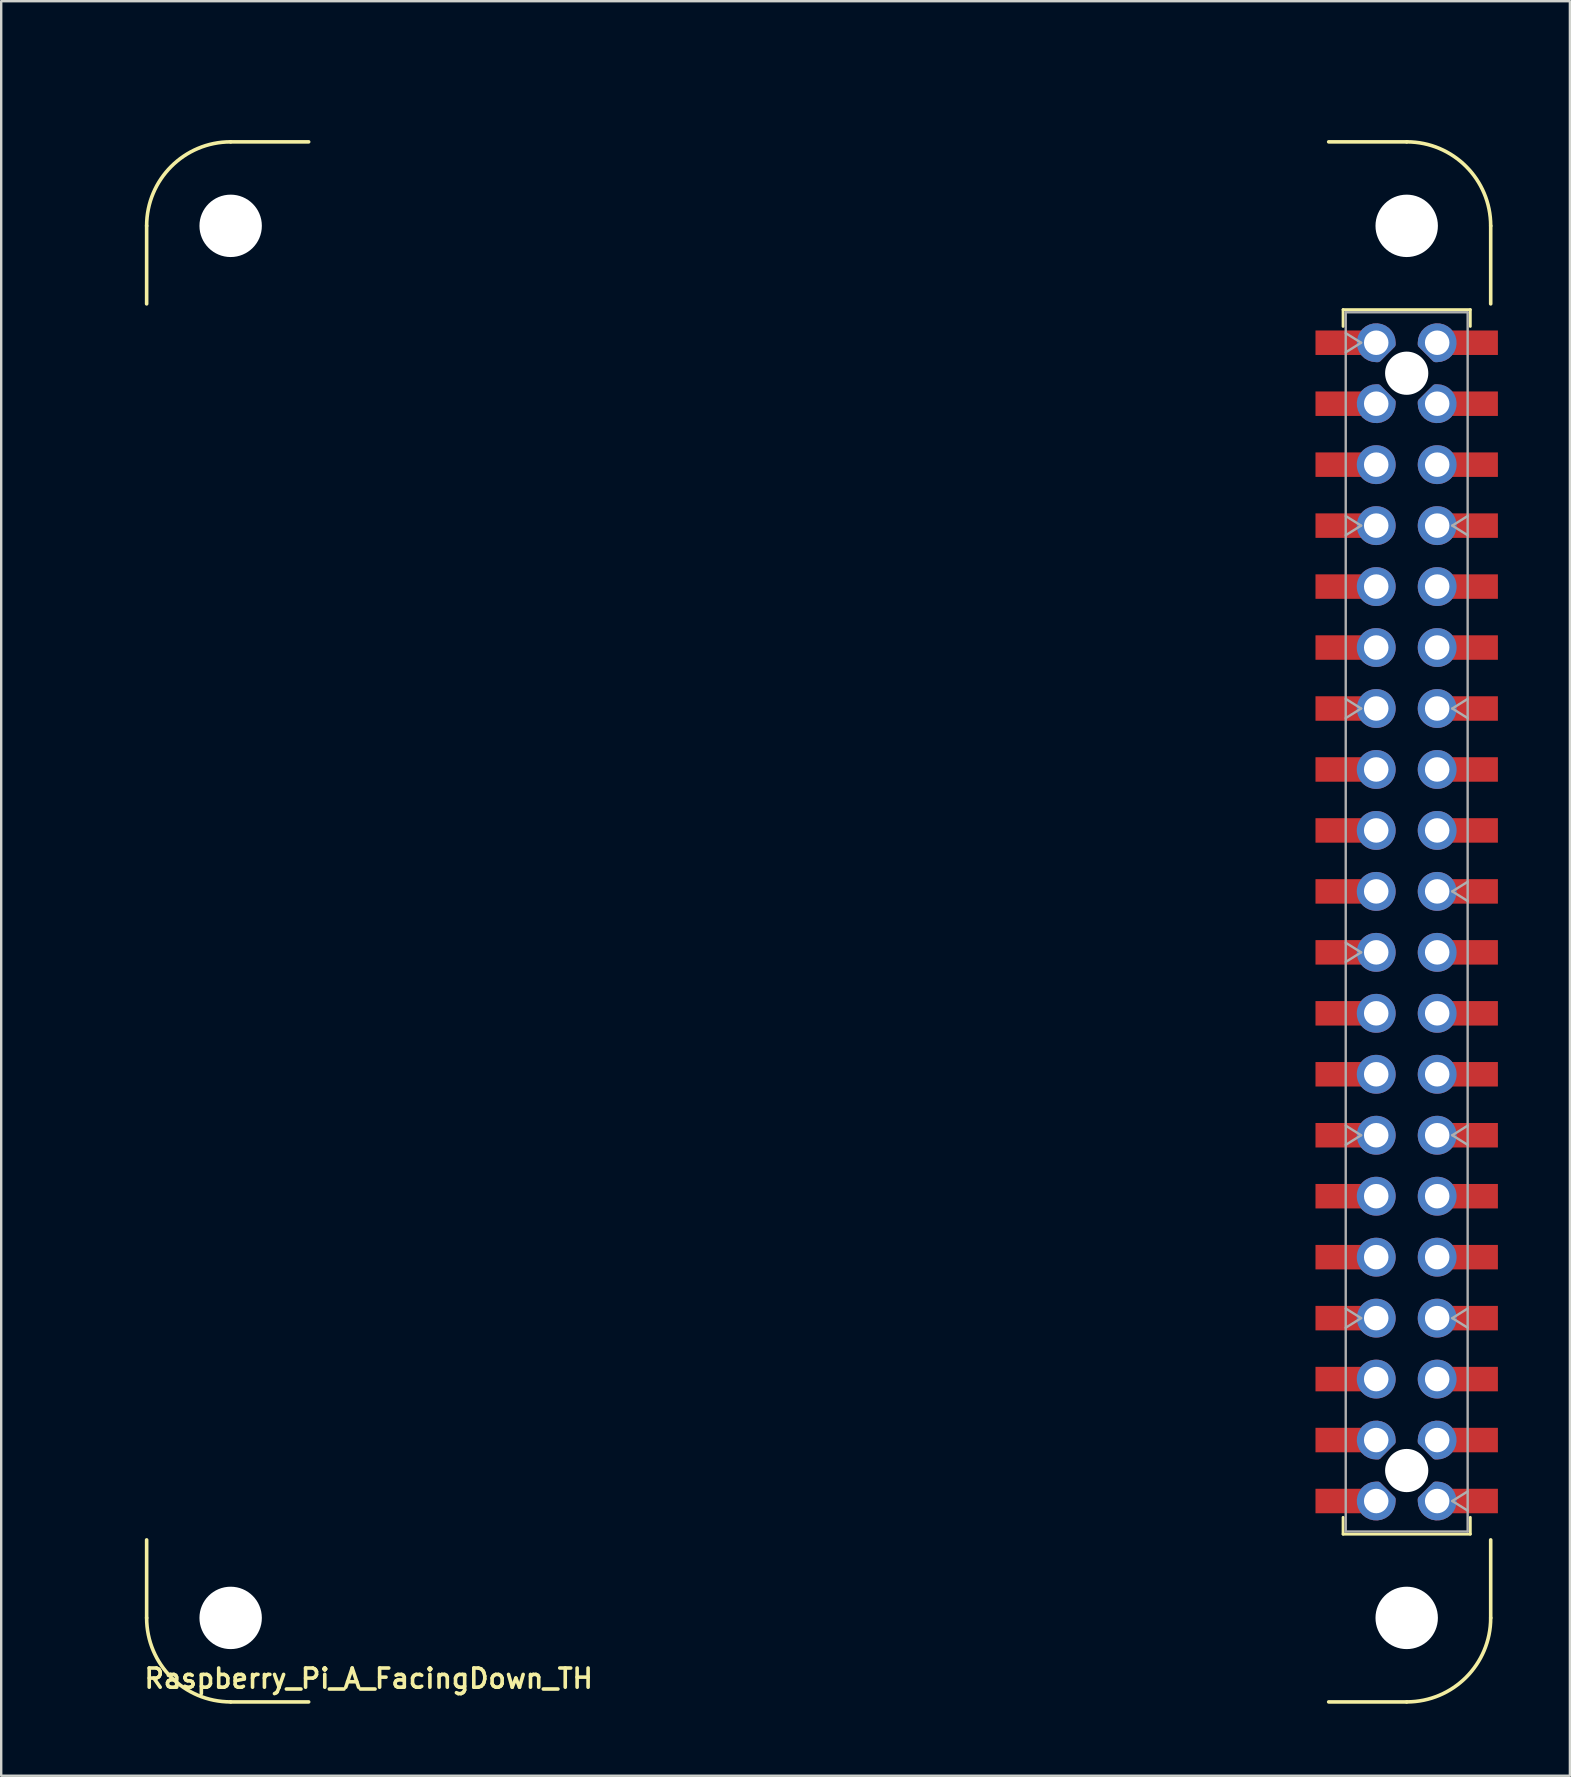
<source format=kicad_pcb>
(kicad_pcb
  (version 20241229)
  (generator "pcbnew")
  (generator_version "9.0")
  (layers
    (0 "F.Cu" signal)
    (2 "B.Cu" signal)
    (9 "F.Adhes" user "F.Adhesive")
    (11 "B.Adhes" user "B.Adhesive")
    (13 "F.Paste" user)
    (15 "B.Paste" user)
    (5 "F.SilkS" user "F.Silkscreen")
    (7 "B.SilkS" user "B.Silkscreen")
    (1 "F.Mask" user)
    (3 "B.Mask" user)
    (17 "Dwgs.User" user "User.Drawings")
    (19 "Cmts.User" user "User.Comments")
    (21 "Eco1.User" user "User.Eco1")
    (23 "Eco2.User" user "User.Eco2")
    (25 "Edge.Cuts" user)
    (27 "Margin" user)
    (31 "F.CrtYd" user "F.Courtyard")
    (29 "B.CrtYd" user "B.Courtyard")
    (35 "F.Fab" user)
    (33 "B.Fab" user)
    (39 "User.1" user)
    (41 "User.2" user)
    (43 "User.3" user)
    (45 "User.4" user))
  (footprint "Raspberry_Pi_A_FacingDown_TH"
    (layer "F.Cu")
    (at 55.56 35.36)
    (property "Reference" "Raspberry_Pi_A_FacingDown_TH" (at -43.25 31.525 0) (layer "F.SilkS") (effects (font (size 0.8 0.8) (thickness 0.15))))
    (attr through_hole)
    (fp_line (start -52.5 -25.75) (end -52.5 -29) (stroke (width 0.15) (type solid)) (layer "F.SilkS"))
    (fp_line (start -52.5 29) (end -52.5 25.75) (stroke (width 0.15) (type solid)) (layer "F.SilkS"))
    (fp_line (start -45.75 -32.5) (end -49 -32.5) (stroke (width 0.15) (type solid)) (layer "F.SilkS"))
    (fp_line (start -45.75 32.5) (end -49 32.5) (stroke (width 0.15) (type solid)) (layer "F.SilkS"))
    (fp_line (start -2.65 -25.51) (end 2.65 -25.51) (stroke (width 0.12) (type solid)) (layer "F.SilkS"))
    (fp_line (start -2.65 -24.81) (end -2.65 -25.51) (stroke (width 0.12) (type solid)) (layer "F.SilkS"))
    (fp_line (start -2.65 24.81) (end -2.65 25.51) (stroke (width 0.12) (type solid)) (layer "F.SilkS"))
    (fp_line (start -2.65 25.51) (end 2.65 25.51) (stroke (width 0.12) (type solid)) (layer "F.SilkS"))
    (fp_line (start 0 -32.5) (end -3.25 -32.5) (stroke (width 0.15) (type solid)) (layer "F.SilkS"))
    (fp_line (start 0 32.5) (end -3.25 32.5) (stroke (width 0.15) (type solid)) (layer "F.SilkS"))
    (fp_line (start 2.65 -25.51) (end 2.65 -24.81) (stroke (width 0.12) (type solid)) (layer "F.SilkS"))
    (fp_line (start 2.65 25.51) (end 2.65 24.81) (stroke (width 0.12) (type solid)) (layer "F.SilkS"))
    (fp_line (start 3.5 -25.75) (end 3.5 -29) (stroke (width 0.15) (type solid)) (layer "F.SilkS"))
    (fp_line (start 3.5 29) (end 3.5 25.75) (stroke (width 0.15) (type solid)) (layer "F.SilkS"))
    (fp_arc (start -52.5 -29) (mid -51.474874 -31.474874) (end -49 -32.5) (stroke (width 0.15) (type solid)) (layer "F.SilkS"))
    (fp_arc (start -49 32.5) (mid -51.474874 31.474874) (end -52.5 29) (stroke (width 0.15) (type solid)) (layer "F.SilkS"))
    (fp_arc (start 0 -32.5) (mid 2.474874 -31.474874) (end 3.5 -29) (stroke (width 0.15) (type solid)) (layer "F.SilkS"))
    (fp_arc (start 3.5 29) (mid 2.474874 31.474874) (end 0 32.5) (stroke (width 0.15) (type solid)) (layer "F.SilkS"))
    (fp_line (start -55.5 -25) (end -55.5 -17) (stroke (width 0.12) (type solid)) (layer "Eco2.User"))
    (fp_line (start -55.5 -17) (end -39.5 -17) (stroke (width 0.12) (type solid)) (layer "Eco2.User"))
    (fp_line (start -54 -7.5) (end -54 8.5) (stroke (width 0.12) (type solid)) (layer "Eco2.User"))
    (fp_line (start -54 8.5) (end -40.5 8.5) (stroke (width 0.12) (type solid)) (layer "Eco2.User"))
    (fp_line (start -54 17.4) (end -54 26.4) (stroke (width 0.12) (type solid)) (layer "Eco2.User"))
    (fp_line (start -54 26.4) (end -47 26.4) (stroke (width 0.12) (type solid)) (layer "Eco2.User"))
    (fp_line (start -52.5 -14.25) (end -52.5 -10.75) (stroke (width 0.12) (type solid)) (layer "Eco2.User"))
    (fp_line (start -52.5 -10.75) (end -29.5 -10.75) (stroke (width 0.12) (type solid)) (layer "Eco2.User"))
    (fp_line (start -47 17.4) (end -54 17.4) (stroke (width 0.12) (type solid)) (layer "Eco2.User"))
    (fp_line (start -47 26.4) (end -47 17.4) (stroke (width 0.12) (type solid)) (layer "Eco2.User"))
    (fp_line (start -40.5 -7.5) (end -54 -7.5) (stroke (width 0.12) (type solid)) (layer "Eco2.User"))
    (fp_line (start -40.5 8.5) (end -40.5 -7.5) (stroke (width 0.12) (type solid)) (layer "Eco2.User"))
    (fp_line (start -39.5 -25) (end -55.5 -25) (stroke (width 0.12) (type solid)) (layer "Eco2.User"))
    (fp_line (start -39.5 -17) (end -39.5 -25) (stroke (width 0.12) (type solid)) (layer "Eco2.User"))
    (fp_line (start -36 26.5) (end -36 30) (stroke (width 0.12) (type solid)) (layer "Eco2.User"))
    (fp_line (start -36 30) (end -13 30) (stroke (width 0.12) (type solid)) (layer "Eco2.User"))
    (fp_line (start -29.5 -14.25) (end -52.5 -14.25) (stroke (width 0.12) (type solid)) (layer "Eco2.User"))
    (fp_line (start -29.5 -10.75) (end -29.5 -14.25) (stroke (width 0.12) (type solid)) (layer "Eco2.User"))
    (fp_line (start -28.8 -35.3) (end -28.8 -20.3) (stroke (width 0.12) (type solid)) (layer "Eco2.User"))
    (fp_line (start -28.8 -20.3) (end -13.3 -20.3) (stroke (width 0.12) (type solid)) (layer "Eco2.User"))
    (fp_line (start -13.3 -35.3) (end -28.8 -35.3) (stroke (width 0.12) (type solid)) (layer "Eco2.User"))
    (fp_line (start -13.3 -20.3) (end -13.3 -35.3) (stroke (width 0.12) (type solid)) (layer "Eco2.User"))
    (fp_line (start -13 26.5) (end -36 26.5) (stroke (width 0.12) (type solid)) (layer "Eco2.User"))
    (fp_line (start -13 30) (end -13 26.5) (stroke (width 0.12) (type solid)) (layer "Eco2.User"))
    (fp_line (start -2.54 -25.4) (end 2.54 -25.4) (stroke (width 0.1) (type solid)) (layer "F.Fab"))
    (fp_line (start -2.54 -24.53) (end -1.9 -24.13) (stroke (width 0.1) (type solid)) (layer "F.Fab"))
    (fp_line (start -2.54 -16.91) (end -1.9 -16.51) (stroke (width 0.1) (type solid)) (layer "F.Fab"))
    (fp_line (start -2.54 -9.29) (end -1.9 -8.89) (stroke (width 0.1) (type solid)) (layer "F.Fab"))
    (fp_line (start -2.54 0.87) (end -1.9 1.27) (stroke (width 0.1) (type solid)) (layer "F.Fab"))
    (fp_line (start -2.54 8.49) (end -1.9 8.89) (stroke (width 0.1) (type solid)) (layer "F.Fab"))
    (fp_line (start -2.54 16.11) (end -1.9 16.51) (stroke (width 0.1) (type solid)) (layer "F.Fab"))
    (fp_line (start -2.54 25.4) (end -2.54 -25.4) (stroke (width 0.1) (type solid)) (layer "F.Fab"))
    (fp_line (start -1.9 -24.13) (end -2.54 -23.73) (stroke (width 0.1) (type solid)) (layer "F.Fab"))
    (fp_line (start -1.9 -16.51) (end -2.54 -16.11) (stroke (width 0.1) (type solid)) (layer "F.Fab"))
    (fp_line (start -1.9 -8.89) (end -2.54 -8.49) (stroke (width 0.1) (type solid)) (layer "F.Fab"))
    (fp_line (start -1.9 1.27) (end -2.54 1.67) (stroke (width 0.1) (type solid)) (layer "F.Fab"))
    (fp_line (start -1.9 8.89) (end -2.54 9.29) (stroke (width 0.1) (type solid)) (layer "F.Fab"))
    (fp_line (start -1.9 16.51) (end -2.54 16.91) (stroke (width 0.1) (type solid)) (layer "F.Fab"))
    (fp_line (start 1.9 -16.51) (end 2.54 -16.91) (stroke (width 0.1) (type solid)) (layer "F.Fab"))
    (fp_line (start 1.9 -8.89) (end 2.54 -9.29) (stroke (width 0.1) (type solid)) (layer "F.Fab"))
    (fp_line (start 1.9 -1.27) (end 2.54 -1.67) (stroke (width 0.1) (type solid)) (layer "F.Fab"))
    (fp_line (start 1.9 8.89) (end 2.54 8.49) (stroke (width 0.1) (type solid)) (layer "F.Fab"))
    (fp_line (start 1.9 16.51) (end 2.54 16.11) (stroke (width 0.1) (type solid)) (layer "F.Fab"))
    (fp_line (start 1.9 24.13) (end 2.54 23.73) (stroke (width 0.1) (type solid)) (layer "F.Fab"))
    (fp_line (start 2.54 -25.4) (end 2.54 25.4) (stroke (width 0.1) (type solid)) (layer "F.Fab"))
    (fp_line (start 2.54 -16.11) (end 1.9 -16.51) (stroke (width 0.1) (type solid)) (layer "F.Fab"))
    (fp_line (start 2.54 -8.49) (end 1.9 -8.89) (stroke (width 0.1) (type solid)) (layer "F.Fab"))
    (fp_line (start 2.54 -0.87) (end 1.9 -1.27) (stroke (width 0.1) (type solid)) (layer "F.Fab"))
    (fp_line (start 2.54 9.29) (end 1.9 8.89) (stroke (width 0.1) (type solid)) (layer "F.Fab"))
    (fp_line (start 2.54 16.91) (end 1.9 16.51) (stroke (width 0.1) (type solid)) (layer "F.Fab"))
    (fp_line (start 2.54 24.53) (end 1.9 24.13) (stroke (width 0.1) (type solid)) (layer "F.Fab"))
    (fp_line (start 2.54 25.4) (end -2.54 25.4) (stroke (width 0.1) (type solid)) (layer "F.Fab"))
    (pad "" np_thru_hole circle (at -49 -29) (size 2.6 2.6) (drill 2.6) (layers "*.Cu" "*.Mask"))
    (pad "" np_thru_hole circle (at -49 29) (size 2.6 2.6) (drill 2.6) (layers "*.Cu" "*.Mask"))
    (pad "" np_thru_hole circle (at 0 -29) (size 2.6 2.6) (drill 2.6) (layers "*.Cu" "*.Mask"))
    (pad "" np_thru_hole circle (at 0 -22.86) (size 1.8 1.8) (drill 1.8) (layers "*.Cu" "*.Mask"))
    (pad "" np_thru_hole circle (at 0 22.86) (size 1.8 1.8) (drill 1.8) (layers "*.Cu" "*.Mask"))
    (pad "" np_thru_hole circle (at 0 29) (size 2.6 2.6) (drill 2.6) (layers "*.Cu" "*.Mask"))
    (pad "1" smd rect (at -2.71 24.13) (size 2.18 1.02) (layers "F.Cu" "F.Mask" "F.Paste"))
    (pad "1" thru_hole custom (at -1.27 24.13) (size 1.32 1.32) (drill 1.02) (layers "*.Cu" "*.Mask") (options (anchor circle)) (primitives (gr_line (start 0.07 -0.66) (end 0 -0.66) (width 0.3)) (gr_line (start 0.66 -0.07) (end 0.07 -0.66) (width 0.3)) (gr_arc (start 0.66 0) (mid -0.46669 0.46669) (end 0 -0.66) (width 0.3)) (gr_line (start 0.66 -0.07) (end 0.66 0) (width 0.3))))
    (pad "2" thru_hole custom (at 1.27 24.13) (size 1.32 1.32) (drill 1.02) (layers "*.Cu" "*.Mask") (options (anchor circle)) (primitives (gr_arc (start 0 -0.66) (mid 0.46669 0.46669) (end -0.66 0) (width 0.3)) (gr_line (start -0.07 -0.66) (end -0.66 -0.07) (width 0.3)) (gr_line (start -0.66 -0.07) (end -0.66 0) (width 0.3)) (gr_line (start -0.07 -0.66) (end 0 -0.66) (width 0.3))))
    (pad "2" smd rect (at 2.71 24.13 180) (size 2.18 1.02) (layers "F.Cu" "F.Mask" "F.Paste"))
    (pad "3" smd rect (at -2.71 21.59) (size 2.18 1.02) (layers "F.Cu" "F.Mask" "F.Paste"))
    (pad "3" thru_hole custom (at -1.27 21.59) (size 1.32 1.32) (drill 1.02) (layers "*.Cu" "*.Mask") (options (anchor circle)) (primitives (gr_arc (start 0 0.66) (mid -0.46669 -0.46669) (end 0.66 0) (width 0.3)) (gr_line (start 0.07 0.66) (end 0 0.66) (width 0.3)) (gr_line (start 0.66 0.07) (end 0.66 0) (width 0.3)) (gr_line (start 0.07 0.66) (end 0.66 0.07) (width 0.3))))
    (pad "4" thru_hole custom (at 1.27 21.59) (size 1.32 1.32) (drill 1.02) (layers "*.Cu" "*.Mask") (options (anchor circle)) (primitives (gr_line (start -0.66 0.07) (end -0.66 0) (width 0.3)) (gr_line (start -0.07 0.66) (end 0 0.66) (width 0.3)) (gr_line (start -0.66 0.07) (end -0.07 0.66) (width 0.3)) (gr_arc (start -0.66 0) (mid 0.46669 -0.46669) (end 0 0.66) (width 0.3))))
    (pad "4" smd rect (at 2.71 21.59 180) (size 2.18 1.02) (layers "F.Cu" "F.Mask" "F.Paste"))
    (pad "5" smd rect (at -2.71 19.05) (size 2.18 1.02) (layers "F.Cu" "F.Mask" "F.Paste"))
    (pad "5" thru_hole circle (at -1.27 19.05) (size 1.62 1.62) (drill 1.02) (layers "*.Cu" "*.Mask"))
    (pad "6" thru_hole circle (at 1.27 19.05 180) (size 1.62 1.62) (drill 1.02) (layers "*.Cu" "*.Mask"))
    (pad "6" smd rect (at 2.71 19.05 180) (size 2.18 1.02) (layers "F.Cu" "F.Mask" "F.Paste"))
    (pad "7" smd rect (at -2.71 16.51) (size 2.18 1.02) (layers "F.Cu" "F.Mask" "F.Paste"))
    (pad "7" thru_hole circle (at -1.27 16.51) (size 1.62 1.62) (drill 1.02) (layers "*.Cu" "*.Mask"))
    (pad "8" thru_hole circle (at 1.27 16.51 180) (size 1.62 1.62) (drill 1.02) (layers "*.Cu" "*.Mask"))
    (pad "8" smd rect (at 2.71 16.51 180) (size 2.18 1.02) (layers "F.Cu" "F.Mask" "F.Paste"))
    (pad "9" smd rect (at -2.71 13.97) (size 2.18 1.02) (layers "F.Cu" "F.Mask" "F.Paste"))
    (pad "9" thru_hole circle (at -1.27 13.97) (size 1.62 1.62) (drill 1.02) (layers "*.Cu" "*.Mask"))
    (pad "10" thru_hole circle (at 1.27 13.97 180) (size 1.62 1.62) (drill 1.02) (layers "*.Cu" "*.Mask"))
    (pad "10" smd rect (at 2.71 13.97 180) (size 2.18 1.02) (layers "F.Cu" "F.Mask" "F.Paste"))
    (pad "11" smd rect (at -2.71 11.43) (size 2.18 1.02) (layers "F.Cu" "F.Mask" "F.Paste"))
    (pad "11" thru_hole circle (at -1.27 11.43) (size 1.62 1.62) (drill 1.02) (layers "*.Cu" "*.Mask"))
    (pad "12" thru_hole circle (at 1.27 11.43 180) (size 1.62 1.62) (drill 1.02) (layers "*.Cu" "*.Mask"))
    (pad "12" smd rect (at 2.71 11.43 180) (size 2.18 1.02) (layers "F.Cu" "F.Mask" "F.Paste"))
    (pad "13" smd rect (at -2.71 8.89) (size 2.18 1.02) (layers "F.Cu" "F.Mask" "F.Paste"))
    (pad "13" thru_hole circle (at -1.27 8.89) (size 1.62 1.62) (drill 1.02) (layers "*.Cu" "*.Mask"))
    (pad "14" thru_hole circle (at 1.27 8.89 180) (size 1.62 1.62) (drill 1.02) (layers "*.Cu" "*.Mask"))
    (pad "14" smd rect (at 2.71 8.89 180) (size 2.18 1.02) (layers "F.Cu" "F.Mask" "F.Paste"))
    (pad "15" smd rect (at -2.71 6.35) (size 2.18 1.02) (layers "F.Cu" "F.Mask" "F.Paste"))
    (pad "15" thru_hole circle (at -1.27 6.35) (size 1.62 1.62) (drill 1.02) (layers "*.Cu" "*.Mask"))
    (pad "16" thru_hole circle (at 1.27 6.35 180) (size 1.62 1.62) (drill 1.02) (layers "*.Cu" "*.Mask"))
    (pad "16" smd rect (at 2.71 6.35 180) (size 2.18 1.02) (layers "F.Cu" "F.Mask" "F.Paste"))
    (pad "17" smd rect (at -2.71 3.81) (size 2.18 1.02) (layers "F.Cu" "F.Mask" "F.Paste"))
    (pad "17" thru_hole circle (at -1.27 3.81) (size 1.62 1.62) (drill 1.02) (layers "*.Cu" "*.Mask"))
    (pad "18" thru_hole circle (at 1.27 3.81 180) (size 1.62 1.62) (drill 1.02) (layers "*.Cu" "*.Mask"))
    (pad "18" smd rect (at 2.71 3.81 180) (size 2.18 1.02) (layers "F.Cu" "F.Mask" "F.Paste"))
    (pad "19" smd rect (at -2.71 1.27) (size 2.18 1.02) (layers "F.Cu" "F.Mask" "F.Paste"))
    (pad "19" thru_hole circle (at -1.27 1.27) (size 1.62 1.62) (drill 1.02) (layers "*.Cu" "*.Mask"))
    (pad "20" thru_hole circle (at 1.27 1.27 180) (size 1.62 1.62) (drill 1.02) (layers "*.Cu" "*.Mask"))
    (pad "20" smd rect (at 2.71 1.27 180) (size 2.18 1.02) (layers "F.Cu" "F.Mask" "F.Paste"))
    (pad "21" smd rect (at -2.71 -1.27) (size 2.18 1.02) (layers "F.Cu" "F.Mask" "F.Paste"))
    (pad "21" thru_hole circle (at -1.27 -1.27) (size 1.62 1.62) (drill 1.02) (layers "*.Cu" "*.Mask"))
    (pad "22" thru_hole circle (at 1.27 -1.27 180) (size 1.62 1.62) (drill 1.02) (layers "*.Cu" "*.Mask"))
    (pad "22" smd rect (at 2.71 -1.27 180) (size 2.18 1.02) (layers "F.Cu" "F.Mask" "F.Paste"))
    (pad "23" smd rect (at -2.71 -3.81) (size 2.18 1.02) (layers "F.Cu" "F.Mask" "F.Paste"))
    (pad "23" thru_hole circle (at -1.27 -3.81) (size 1.62 1.62) (drill 1.02) (layers "*.Cu" "*.Mask"))
    (pad "24" thru_hole circle (at 1.27 -3.81 180) (size 1.62 1.62) (drill 1.02) (layers "*.Cu" "*.Mask"))
    (pad "24" smd rect (at 2.71 -3.81 180) (size 2.18 1.02) (layers "F.Cu" "F.Mask" "F.Paste"))
    (pad "25" smd rect (at -2.71 -6.35) (size 2.18 1.02) (layers "F.Cu" "F.Mask" "F.Paste"))
    (pad "25" thru_hole circle (at -1.27 -6.35) (size 1.62 1.62) (drill 1.02) (layers "*.Cu" "*.Mask"))
    (pad "26" thru_hole circle (at 1.27 -6.35 180) (size 1.62 1.62) (drill 1.02) (layers "*.Cu" "*.Mask"))
    (pad "26" smd rect (at 2.71 -6.35 180) (size 2.18 1.02) (layers "F.Cu" "F.Mask" "F.Paste"))
    (pad "27" smd rect (at -2.71 -8.89) (size 2.18 1.02) (layers "F.Cu" "F.Mask" "F.Paste"))
    (pad "27" thru_hole circle (at -1.27 -8.89) (size 1.62 1.62) (drill 1.02) (layers "*.Cu" "*.Mask"))
    (pad "28" thru_hole circle (at 1.27 -8.89 180) (size 1.62 1.62) (drill 1.02) (layers "*.Cu" "*.Mask"))
    (pad "28" smd rect (at 2.71 -8.89 180) (size 2.18 1.02) (layers "F.Cu" "F.Mask" "F.Paste"))
    (pad "29" smd rect (at -2.71 -11.43) (size 2.18 1.02) (layers "F.Cu" "F.Mask" "F.Paste"))
    (pad "29" thru_hole circle (at -1.27 -11.43) (size 1.62 1.62) (drill 1.02) (layers "*.Cu" "*.Mask"))
    (pad "30" thru_hole circle (at 1.27 -11.43 180) (size 1.62 1.62) (drill 1.02) (layers "*.Cu" "*.Mask"))
    (pad "30" smd rect (at 2.71 -11.43 180) (size 2.18 1.02) (layers "F.Cu" "F.Mask" "F.Paste"))
    (pad "31" smd rect (at -2.71 -13.97) (size 2.18 1.02) (layers "F.Cu" "F.Mask" "F.Paste"))
    (pad "31" thru_hole circle (at -1.27 -13.97) (size 1.62 1.62) (drill 1.02) (layers "*.Cu" "*.Mask"))
    (pad "32" thru_hole circle (at 1.27 -13.97 180) (size 1.62 1.62) (drill 1.02) (layers "*.Cu" "*.Mask"))
    (pad "32" smd rect (at 2.71 -13.97 180) (size 2.18 1.02) (layers "F.Cu" "F.Mask" "F.Paste"))
    (pad "33" smd rect (at -2.71 -16.51) (size 2.18 1.02) (layers "F.Cu" "F.Mask" "F.Paste"))
    (pad "33" thru_hole circle (at -1.27 -16.51) (size 1.62 1.62) (drill 1.02) (layers "*.Cu" "*.Mask"))
    (pad "34" thru_hole circle (at 1.27 -16.51 180) (size 1.62 1.62) (drill 1.02) (layers "*.Cu" "*.Mask"))
    (pad "34" smd rect (at 2.71 -16.51 180) (size 2.18 1.02) (layers "F.Cu" "F.Mask" "F.Paste"))
    (pad "35" smd rect (at -2.71 -19.05) (size 2.18 1.02) (layers "F.Cu" "F.Mask" "F.Paste"))
    (pad "35" thru_hole circle (at -1.27 -19.05) (size 1.62 1.62) (drill 1.02) (layers "*.Cu" "*.Mask"))
    (pad "36" thru_hole circle (at 1.27 -19.05 180) (size 1.62 1.62) (drill 1.02) (layers "*.Cu" "*.Mask"))
    (pad "36" smd rect (at 2.71 -19.05 180) (size 2.18 1.02) (layers "F.Cu" "F.Mask" "F.Paste"))
    (pad "37" smd rect (at -2.71 -21.59) (size 2.18 1.02) (layers "F.Cu" "F.Mask" "F.Paste"))
    (pad "37" thru_hole custom (at -1.27 -21.59) (size 1.32 1.32) (drill 1.02) (layers "*.Cu" "*.Mask") (options (anchor circle)) (primitives (gr_line (start 0.66 -0.07) (end 0.07 -0.66) (width 0.3)) (gr_line (start 0.07 -0.66) (end 0 -0.66) (width 0.3)) (gr_line (start 0.66 -0.07) (end 0.66 0) (width 0.3)) (gr_arc (start 0.66 0) (mid -0.46669 0.46669) (end 0 -0.66) (width 0.3))))
    (pad "38" thru_hole custom (at 1.27 -21.59) (size 1.32 1.32) (drill 1.02) (layers "*.Cu" "*.Mask") (options (anchor circle)) (primitives (gr_arc (start 0 -0.66) (mid 0.46669 0.46669) (end -0.66 0) (width 0.3)) (gr_line (start -0.07 -0.66) (end 0 -0.66) (width 0.3)) (gr_line (start -0.07 -0.66) (end -0.66 -0.07) (width 0.3)) (gr_line (start -0.66 -0.07) (end -0.66 0) (width 0.3))))
    (pad "38" smd rect (at 2.71 -21.59 180) (size 2.18 1.02) (layers "F.Cu" "F.Mask" "F.Paste"))
    (pad "39" smd rect (at -2.71 -24.13) (size 2.18 1.02) (layers "F.Cu" "F.Mask" "F.Paste"))
    (pad "39" thru_hole custom (at -1.27 -24.13) (size 1.32 1.32) (drill 1.02) (layers "*.Cu" "*.Mask") (options (anchor circle)) (primitives (gr_line (start 0.07 0.66) (end 0 0.66) (width 0.3)) (gr_line (start 0.07 0.66) (end 0.66 0.07) (width 0.3)) (gr_line (start 0.66 0.07) (end 0.66 0) (width 0.3)) (gr_arc (start 0 0.66) (mid -0.46669 -0.46669) (end 0.66 0) (width 0.3))))
    (pad "40" thru_hole custom (at 1.27 -24.13) (size 1.32 1.32) (drill 1.02) (layers "*.Cu" "*.Mask") (options (anchor circle)) (primitives (gr_arc (start -0.66 0) (mid 0.46669 -0.46669) (end 0 0.66) (width 0.3)) (gr_line (start -0.66 0.07) (end -0.07 0.66) (width 0.3)) (gr_line (start -0.07 0.66) (end 0 0.66) (width 0.3)) (gr_line (start -0.66 0.07) (end -0.66 0) (width 0.3))))
    (pad "40" smd rect (at 2.71 -24.13 180) (size 2.18 1.02) (layers "F.Cu" "F.Mask" "F.Paste")))
  (gr_rect
    (start -3 -3)
    (end 62.36 70.935)
    (stroke (width 0.1) (type default))
    (fill no)
    (layer "Edge.Cuts")))
</source>
